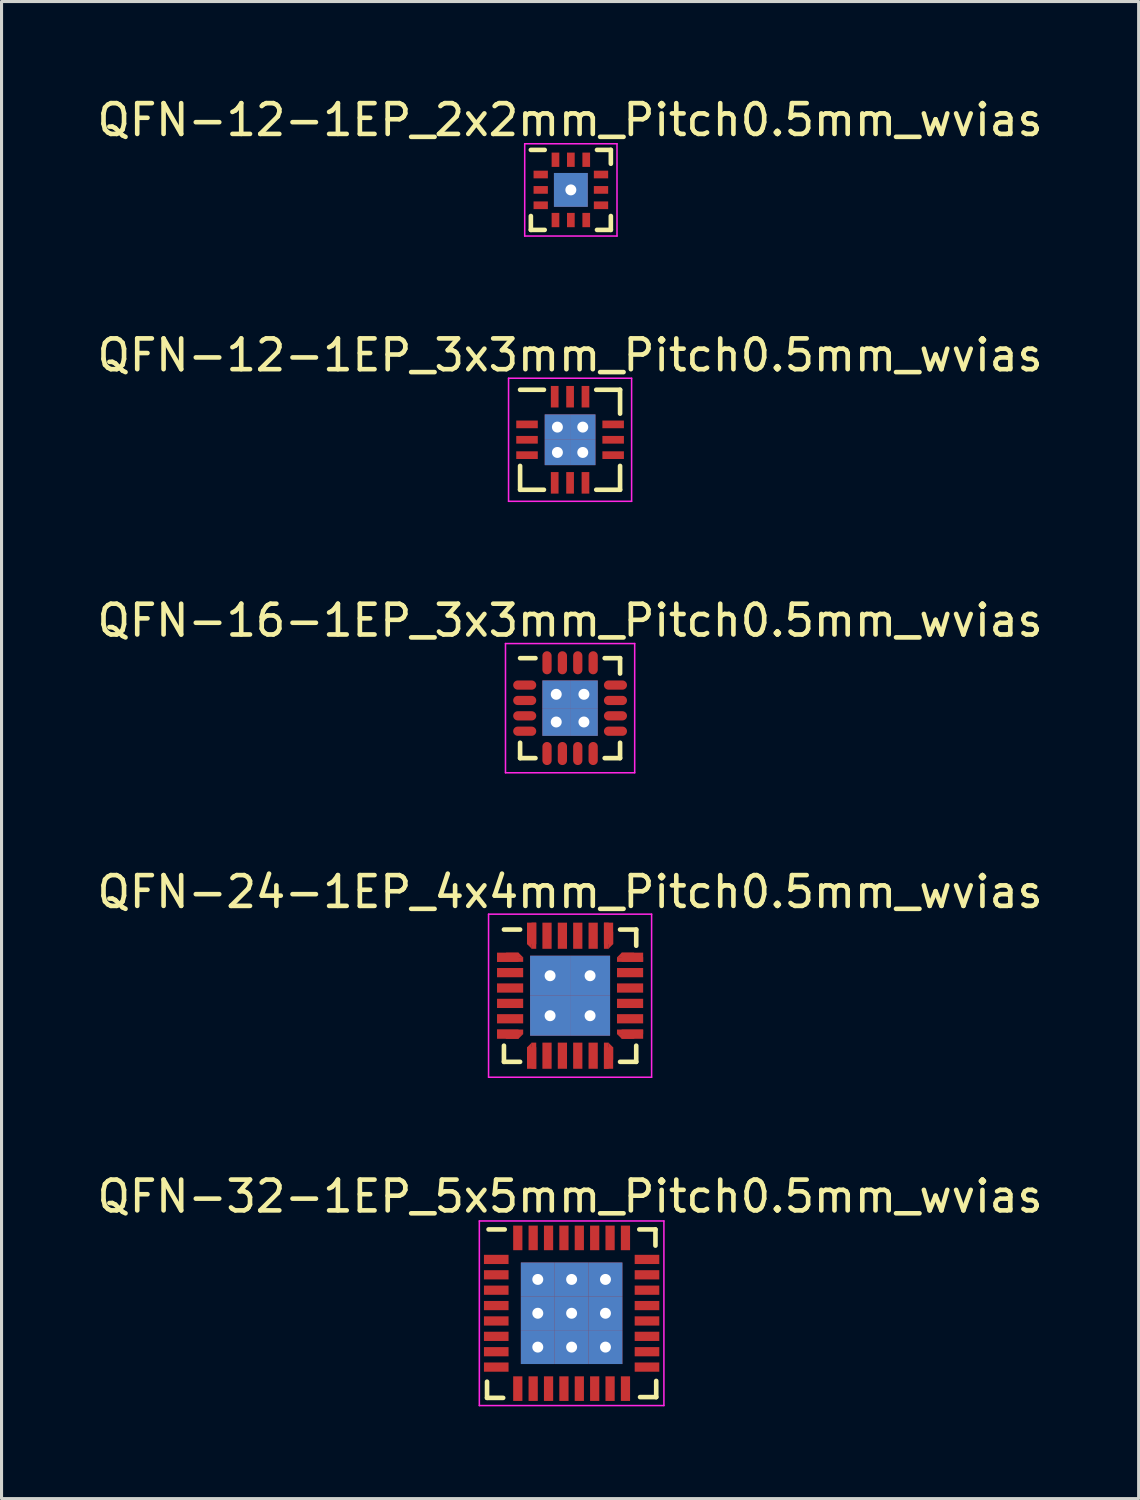
<source format=kicad_pcb>
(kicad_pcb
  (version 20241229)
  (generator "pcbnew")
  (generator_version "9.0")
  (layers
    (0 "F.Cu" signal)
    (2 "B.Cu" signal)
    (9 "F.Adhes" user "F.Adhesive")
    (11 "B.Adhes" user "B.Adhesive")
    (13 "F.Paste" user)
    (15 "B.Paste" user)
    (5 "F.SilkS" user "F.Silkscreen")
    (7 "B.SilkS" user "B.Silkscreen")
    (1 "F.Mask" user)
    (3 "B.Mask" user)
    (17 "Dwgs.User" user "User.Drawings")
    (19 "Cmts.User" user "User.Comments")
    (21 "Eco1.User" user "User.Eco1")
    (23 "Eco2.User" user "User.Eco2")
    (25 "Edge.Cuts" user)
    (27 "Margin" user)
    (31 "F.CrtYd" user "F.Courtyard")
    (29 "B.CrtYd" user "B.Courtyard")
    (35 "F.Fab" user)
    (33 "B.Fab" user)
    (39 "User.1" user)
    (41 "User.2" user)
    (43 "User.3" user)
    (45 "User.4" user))
  (footprint "QFN-16-1EP_3x3mm_Pitch0.5mm_wvias"
    (layer "F.Cu")
    (at 15.482 19.97)
    (property "Reference" "QFN-16-1EP_3x3mm_Pitch0.5mm_wvias" (at 0 -2.85 0) (layer "F.SilkS") (effects (font (size 1 1) (thickness 0.15))))
    (attr smd)
    (fp_line (start -1.625 -1.625) (end -1.125 -1.625) (stroke (width 0.15) (type solid)) (layer "F.SilkS"))
    (fp_line (start -1.625 1.625) (end -1.625 1.125) (stroke (width 0.15) (type solid)) (layer "F.SilkS"))
    (fp_line (start -1.625 1.625) (end -1.125 1.625) (stroke (width 0.15) (type solid)) (layer "F.SilkS"))
    (fp_line (start 1.625 -1.625) (end 1.125 -1.625) (stroke (width 0.15) (type solid)) (layer "F.SilkS"))
    (fp_line (start 1.625 -1.625) (end 1.625 -1.125) (stroke (width 0.15) (type solid)) (layer "F.SilkS"))
    (fp_line (start 1.625 1.625) (end 1.125 1.625) (stroke (width 0.15) (type solid)) (layer "F.SilkS"))
    (fp_line (start 1.625 1.625) (end 1.625 1.125) (stroke (width 0.15) (type solid)) (layer "F.SilkS"))
    (fp_line (start -2.1 -2.1) (end -2.1 2.1) (stroke (width 0.05) (type solid)) (layer "F.CrtYd"))
    (fp_line (start -2.1 -2.1) (end 2.1 -2.1) (stroke (width 0.05) (type solid)) (layer "F.CrtYd"))
    (fp_line (start -2.1 2.1) (end 2.1 2.1) (stroke (width 0.05) (type solid)) (layer "F.CrtYd"))
    (fp_line (start 2.1 -2.1) (end 2.1 2.1) (stroke (width 0.05) (type solid)) (layer "F.CrtYd"))
    (pad "1" smd oval (at -1.475 -0.75) (size 0.75 0.3) (layers "F.Cu" "F.Mask" "F.Paste"))
    (pad "2" smd oval (at -1.475 -0.25) (size 0.75 0.3) (layers "F.Cu" "F.Mask" "F.Paste"))
    (pad "3" smd oval (at -1.475 0.25) (size 0.75 0.3) (layers "F.Cu" "F.Mask" "F.Paste"))
    (pad "4" smd oval (at -1.475 0.75) (size 0.75 0.3) (layers "F.Cu" "F.Mask" "F.Paste"))
    (pad "5" smd oval (at -0.75 1.475 90) (size 0.75 0.3) (layers "F.Cu" "F.Mask" "F.Paste"))
    (pad "6" smd oval (at -0.25 1.475 90) (size 0.75 0.3) (layers "F.Cu" "F.Mask" "F.Paste"))
    (pad "7" smd oval (at 0.25 1.475 90) (size 0.75 0.3) (layers "F.Cu" "F.Mask" "F.Paste"))
    (pad "8" smd oval (at 0.75 1.475 90) (size 0.75 0.3) (layers "F.Cu" "F.Mask" "F.Paste"))
    (pad "9" smd oval (at 1.475 0.75) (size 0.75 0.3) (layers "F.Cu" "F.Mask" "F.Paste"))
    (pad "10" smd oval (at 1.475 0.25) (size 0.75 0.3) (layers "F.Cu" "F.Mask" "F.Paste"))
    (pad "11" smd oval (at 1.475 -0.25) (size 0.75 0.3) (layers "F.Cu" "F.Mask" "F.Paste"))
    (pad "12" smd oval (at 1.475 -0.75) (size 0.75 0.3) (layers "F.Cu" "F.Mask" "F.Paste"))
    (pad "13" smd oval (at 0.75 -1.475 90) (size 0.75 0.3) (layers "F.Cu" "F.Mask" "F.Paste"))
    (pad "14" smd oval (at 0.25 -1.475 90) (size 0.75 0.3) (layers "F.Cu" "F.Mask" "F.Paste"))
    (pad "15" smd oval (at -0.25 -1.475 90) (size 0.75 0.3) (layers "F.Cu" "F.Mask" "F.Paste"))
    (pad "16" smd oval (at -0.75 -1.475 90) (size 0.75 0.3) (layers "F.Cu" "F.Mask" "F.Paste"))
    (pad "17" thru_hole rect (at -0.45 -0.45) (size 0.9 0.9) (drill 0.356) (layers "*.Cu" "*.Mask" "F.Paste"))
    (pad "17" thru_hole rect (at -0.45 0.45) (size 0.9 0.9) (drill 0.356) (layers "*.Cu" "*.Mask" "F.Paste"))
    (pad "17" thru_hole rect (at 0.45 -0.45) (size 0.9 0.9) (drill 0.356) (layers "*.Cu" "*.Mask" "F.Paste"))
    (pad "17" thru_hole rect (at 0.45 0.45) (size 0.9 0.9) (drill 0.356) (layers "*.Cu" "*.Mask" "F.Paste")))
  (footprint "QFN-12-1EP_3x3mm_Pitch0.5mm_wvias"
    (layer "F.Cu")
    (at 15.482 11.246)
    (property "Reference" "QFN-12-1EP_3x3mm_Pitch0.5mm_wvias" (at 0 -2.75 0) (layer "F.SilkS") (effects (font (size 1 1) (thickness 0.15))))
    (attr smd)
    (fp_line (start -1.625 -1.625) (end -0.85 -1.625) (stroke (width 0.15) (type solid)) (layer "F.SilkS"))
    (fp_line (start -1.625 1.625) (end -1.625 0.85) (stroke (width 0.15) (type solid)) (layer "F.SilkS"))
    (fp_line (start -1.625 1.625) (end -0.85 1.625) (stroke (width 0.15) (type solid)) (layer "F.SilkS"))
    (fp_line (start 1.625 -1.625) (end 0.85 -1.625) (stroke (width 0.15) (type solid)) (layer "F.SilkS"))
    (fp_line (start 1.625 -1.625) (end 1.625 -0.85) (stroke (width 0.15) (type solid)) (layer "F.SilkS"))
    (fp_line (start 1.625 1.625) (end 0.85 1.625) (stroke (width 0.15) (type solid)) (layer "F.SilkS"))
    (fp_line (start 1.625 1.625) (end 1.625 0.85) (stroke (width 0.15) (type solid)) (layer "F.SilkS"))
    (fp_line (start -2 -2) (end -2 2) (stroke (width 0.05) (type solid)) (layer "F.CrtYd"))
    (fp_line (start -2 -2) (end 2 -2) (stroke (width 0.05) (type solid)) (layer "F.CrtYd"))
    (fp_line (start -2 2) (end 2 2) (stroke (width 0.05) (type solid)) (layer "F.CrtYd"))
    (fp_line (start 2 -2) (end 2 2) (stroke (width 0.05) (type solid)) (layer "F.CrtYd"))
    (pad "1" smd rect (at -1.4 -0.5) (size 0.7 0.25) (layers "F.Cu" "F.Mask" "F.Paste"))
    (pad "2" smd rect (at -1.4 0) (size 0.7 0.25) (layers "F.Cu" "F.Mask" "F.Paste"))
    (pad "3" smd rect (at -1.4 0.5) (size 0.7 0.25) (layers "F.Cu" "F.Mask" "F.Paste"))
    (pad "4" smd rect (at -0.5 1.4 90) (size 0.7 0.25) (layers "F.Cu" "F.Mask" "F.Paste"))
    (pad "5" smd rect (at 0 1.4 90) (size 0.7 0.25) (layers "F.Cu" "F.Mask" "F.Paste"))
    (pad "6" smd rect (at 0.5 1.4 90) (size 0.7 0.25) (layers "F.Cu" "F.Mask" "F.Paste"))
    (pad "7" smd rect (at 1.4 0.5) (size 0.7 0.25) (layers "F.Cu" "F.Mask" "F.Paste"))
    (pad "8" smd rect (at 1.4 0) (size 0.7 0.25) (layers "F.Cu" "F.Mask" "F.Paste"))
    (pad "9" smd rect (at 1.4 -0.5) (size 0.7 0.25) (layers "F.Cu" "F.Mask" "F.Paste"))
    (pad "10" smd rect (at 0.5 -1.4 90) (size 0.7 0.25) (layers "F.Cu" "F.Mask" "F.Paste"))
    (pad "11" smd rect (at 0 -1.4 90) (size 0.7 0.25) (layers "F.Cu" "F.Mask" "F.Paste"))
    (pad "12" smd rect (at -0.5 -1.4 90) (size 0.7 0.25) (layers "F.Cu" "F.Mask" "F.Paste"))
    (pad "13" thru_hole rect (at -0.412 -0.412) (size 0.825 0.825) (drill 0.356) (layers "*.Cu" "*.Mask" "F.Paste"))
    (pad "13" thru_hole rect (at -0.412 0.412) (size 0.825 0.825) (drill 0.356) (layers "*.Cu" "*.Mask" "F.Paste"))
    (pad "13" thru_hole rect (at 0.412 -0.412) (size 0.825 0.825) (drill 0.356) (layers "*.Cu" "*.Mask" "F.Paste"))
    (pad "13" thru_hole rect (at 0.412 0.412) (size 0.825 0.825) (drill 0.356) (layers "*.Cu" "*.Mask" "F.Paste")))
  (footprint "QFN-12-1EP_2x2mm_Pitch0.5mm_wvias"
    (layer "F.Cu")
    (at 15.507 3.123)
    (property "Reference" "QFN-12-1EP_2x2mm_Pitch0.5mm_wvias" (at -0.025 -2.275 0) (layer "F.SilkS") (effects (font (size 1 1) (thickness 0.15))))
    (attr smd)
    (fp_line (start -1.3 -1.3) (end -0.85 -1.3) (stroke (width 0.15) (type solid)) (layer "F.SilkS"))
    (fp_line (start -1.3 1.3) (end -1.3 0.85) (stroke (width 0.15) (type solid)) (layer "F.SilkS"))
    (fp_line (start -1.3 1.3) (end -0.85 1.3) (stroke (width 0.15) (type solid)) (layer "F.SilkS"))
    (fp_line (start 1.3 -1.3) (end 0.85 -1.3) (stroke (width 0.15) (type solid)) (layer "F.SilkS"))
    (fp_line (start 1.3 -1.3) (end 1.3 -0.85) (stroke (width 0.15) (type solid)) (layer "F.SilkS"))
    (fp_line (start 1.3 1.3) (end 0.85 1.3) (stroke (width 0.15) (type solid)) (layer "F.SilkS"))
    (fp_line (start 1.3 1.3) (end 1.3 0.85) (stroke (width 0.15) (type solid)) (layer "F.SilkS"))
    (fp_line (start -1.5 -1.5) (end -1.5 1.5) (stroke (width 0.05) (type solid)) (layer "F.CrtYd"))
    (fp_line (start -1.5 -1.5) (end 1.5 -1.5) (stroke (width 0.05) (type solid)) (layer "F.CrtYd"))
    (fp_line (start -1.5 1.5) (end 1.5 1.5) (stroke (width 0.05) (type solid)) (layer "F.CrtYd"))
    (fp_line (start 1.5 -1.5) (end 1.5 1.5) (stroke (width 0.05) (type solid)) (layer "F.CrtYd"))
    (pad "1" smd rect (at -0.98 -0.5) (size 0.465 0.25) (layers "F.Cu" "F.Mask" "F.Paste"))
    (pad "2" smd rect (at -0.98 0) (size 0.465 0.25) (layers "F.Cu" "F.Mask" "F.Paste"))
    (pad "3" smd rect (at -0.98 0.5) (size 0.465 0.25) (layers "F.Cu" "F.Mask" "F.Paste"))
    (pad "4" smd rect (at -0.5 0.98 90) (size 0.465 0.25) (layers "F.Cu" "F.Mask" "F.Paste"))
    (pad "5" smd rect (at 0 0.98 90) (size 0.465 0.25) (layers "F.Cu" "F.Mask" "F.Paste"))
    (pad "6" smd rect (at 0.5 0.98 90) (size 0.465 0.25) (layers "F.Cu" "F.Mask" "F.Paste"))
    (pad "7" smd rect (at 0.98 0.5) (size 0.465 0.25) (layers "F.Cu" "F.Mask" "F.Paste"))
    (pad "8" smd rect (at 0.98 0) (size 0.465 0.25) (layers "F.Cu" "F.Mask" "F.Paste"))
    (pad "9" smd rect (at 0.98 -0.5) (size 0.465 0.25) (layers "F.Cu" "F.Mask" "F.Paste"))
    (pad "10" smd rect (at 0.5 -0.98 90) (size 0.465 0.25) (layers "F.Cu" "F.Mask" "F.Paste"))
    (pad "11" smd rect (at 0 -0.98 90) (size 0.465 0.25) (layers "F.Cu" "F.Mask" "F.Paste"))
    (pad "12" smd rect (at -0.5 -0.98 90) (size 0.465 0.25) (layers "F.Cu" "F.Mask" "F.Paste"))
    (pad "13" thru_hole rect (at 0 0) (size 1.1 1.1) (drill 0.356) (layers "*.Cu" "*.Mask" "F.Paste")))
  (footprint "QFN-24-1EP_4x4mm_Pitch0.5mm_wvias"
    (layer "F.Cu")
    (at 15.482 29.318)
    (property "Reference" "QFN-24-1EP_4x4mm_Pitch0.5mm_wvias" (at 0 -3.375 0) (layer "F.SilkS") (effects (font (size 1 1) (thickness 0.15))))
    (attr smd)
    (fp_line (start -2.15 -2.15) (end -1.625 -2.15) (stroke (width 0.15) (type solid)) (layer "F.SilkS"))
    (fp_line (start -2.15 2.15) (end -2.15 1.625) (stroke (width 0.15) (type solid)) (layer "F.SilkS"))
    (fp_line (start -2.15 2.15) (end -1.625 2.15) (stroke (width 0.15) (type solid)) (layer "F.SilkS"))
    (fp_line (start 2.15 -2.15) (end 1.625 -2.15) (stroke (width 0.15) (type solid)) (layer "F.SilkS"))
    (fp_line (start 2.15 -2.15) (end 2.15 -1.625) (stroke (width 0.15) (type solid)) (layer "F.SilkS"))
    (fp_line (start 2.15 2.15) (end 1.625 2.15) (stroke (width 0.15) (type solid)) (layer "F.SilkS"))
    (fp_line (start 2.15 2.15) (end 2.15 1.625) (stroke (width 0.15) (type solid)) (layer "F.SilkS"))
    (fp_line (start -2.65 -2.65) (end -2.65 2.65) (stroke (width 0.05) (type solid)) (layer "F.CrtYd"))
    (fp_line (start -2.65 -2.65) (end 2.65 -2.65) (stroke (width 0.05) (type solid)) (layer "F.CrtYd"))
    (fp_line (start -2.65 2.65) (end 2.65 2.65) (stroke (width 0.05) (type solid)) (layer "F.CrtYd"))
    (fp_line (start 2.65 -2.65) (end 2.65 2.65) (stroke (width 0.05) (type solid)) (layer "F.CrtYd"))
    (pad "1" smd rect (at -2.025 -1.25) (size 0.7 0.3) (layers "F.Cu" "F.Mask" "F.Paste"))
    (pad "1" smd rect (at -1.95 -1.177) (size 0.85 0.154) (layers "F.Cu" "F.Mask" "F.Paste"))
    (pad "1" smd trapezoid (at -1.877 -1.323) (size 0.55 0.154) (rect_delta 0 0.154) (layers "F.Cu" "F.Mask" "F.Paste"))
    (pad "2" smd rect (at -1.95 -0.75) (size 0.85 0.3) (layers "F.Cu" "F.Mask" "F.Paste"))
    (pad "3" smd rect (at -1.95 -0.25) (size 0.85 0.3) (layers "F.Cu" "F.Mask" "F.Paste"))
    (pad "4" smd rect (at -1.95 0.25) (size 0.85 0.3) (layers "F.Cu" "F.Mask" "F.Paste"))
    (pad "5" smd rect (at -1.95 0.75) (size 0.85 0.3) (layers "F.Cu" "F.Mask" "F.Paste"))
    (pad "6" smd rect (at -2.025 1.25) (size 0.7 0.3) (layers "F.Cu" "F.Mask" "F.Paste"))
    (pad "6" smd rect (at -1.95 1.177) (size 0.85 0.154) (layers "F.Cu" "F.Mask" "F.Paste"))
    (pad "6" smd trapezoid (at -1.877 1.323 180) (size 0.55 0.154) (rect_delta 0 0.154) (layers "F.Cu" "F.Mask" "F.Paste"))
    (pad "7" smd trapezoid (at -1.323 1.877 90) (size 0.55 0.154) (rect_delta 0 0.154) (layers "F.Cu" "F.Mask" "F.Paste"))
    (pad "7" smd rect (at -1.25 2.025 90) (size 0.7 0.3) (layers "F.Cu" "F.Mask" "F.Paste"))
    (pad "7" smd rect (at -1.177 1.95 90) (size 0.85 0.154) (layers "F.Cu" "F.Mask" "F.Paste"))
    (pad "8" smd rect (at -0.75 1.95 90) (size 0.85 0.3) (layers "F.Cu" "F.Mask" "F.Paste"))
    (pad "9" smd rect (at -0.25 1.95 90) (size 0.85 0.3) (layers "F.Cu" "F.Mask" "F.Paste"))
    (pad "10" smd rect (at 0.25 1.95 90) (size 0.85 0.3) (layers "F.Cu" "F.Mask" "F.Paste"))
    (pad "11" smd rect (at 0.75 1.95 90) (size 0.85 0.3) (layers "F.Cu" "F.Mask" "F.Paste"))
    (pad "12" smd rect (at 1.177 1.95 90) (size 0.85 0.154) (layers "F.Cu" "F.Mask" "F.Paste"))
    (pad "12" smd rect (at 1.25 2.025 90) (size 0.7 0.3) (layers "F.Cu" "F.Mask" "F.Paste"))
    (pad "12" smd trapezoid (at 1.323 1.877 270) (size 0.55 0.154) (rect_delta 0 0.154) (layers "F.Cu" "F.Mask" "F.Paste"))
    (pad "13" smd trapezoid (at 1.877 1.323 180) (size 0.55 0.154) (rect_delta 0 0.154) (layers "F.Cu" "F.Mask" "F.Paste"))
    (pad "13" smd rect (at 1.95 1.177) (size 0.85 0.154) (layers "F.Cu" "F.Mask" "F.Paste"))
    (pad "13" smd rect (at 2.025 1.25) (size 0.7 0.3) (layers "F.Cu" "F.Mask" "F.Paste"))
    (pad "14" smd rect (at 1.95 0.75) (size 0.85 0.3) (layers "F.Cu" "F.Mask" "F.Paste"))
    (pad "15" smd rect (at 1.95 0.25) (size 0.85 0.3) (layers "F.Cu" "F.Mask" "F.Paste"))
    (pad "16" smd rect (at 1.95 -0.25) (size 0.85 0.3) (layers "F.Cu" "F.Mask" "F.Paste"))
    (pad "17" smd rect (at 1.95 -0.75) (size 0.85 0.3) (layers "F.Cu" "F.Mask" "F.Paste"))
    (pad "18" smd trapezoid (at 1.877 -1.323) (size 0.55 0.154) (rect_delta 0 0.154) (layers "F.Cu" "F.Mask" "F.Paste"))
    (pad "18" smd rect (at 1.95 -1.177) (size 0.85 0.154) (layers "F.Cu" "F.Mask" "F.Paste"))
    (pad "18" smd rect (at 2.025 -1.25) (size 0.7 0.3) (layers "F.Cu" "F.Mask" "F.Paste"))
    (pad "19" smd rect (at 1.177 -1.95 90) (size 0.85 0.154) (layers "F.Cu" "F.Mask" "F.Paste"))
    (pad "19" smd rect (at 1.25 -2.025 90) (size 0.7 0.3) (layers "F.Cu" "F.Mask" "F.Paste"))
    (pad "19" smd trapezoid (at 1.323 -1.877 270) (size 0.55 0.154) (rect_delta 0 0.154) (layers "F.Cu" "F.Mask" "F.Paste"))
    (pad "20" smd rect (at 0.75 -1.95 90) (size 0.85 0.3) (layers "F.Cu" "F.Mask" "F.Paste"))
    (pad "21" smd rect (at 0.25 -1.95 90) (size 0.85 0.3) (layers "F.Cu" "F.Mask" "F.Paste"))
    (pad "22" smd rect (at -0.25 -1.95 90) (size 0.85 0.3) (layers "F.Cu" "F.Mask" "F.Paste"))
    (pad "23" smd rect (at -0.75 -1.95 90) (size 0.85 0.3) (layers "F.Cu" "F.Mask" "F.Paste"))
    (pad "24" smd trapezoid (at -1.323 -1.877 90) (size 0.55 0.154) (rect_delta 0 0.154) (layers "F.Cu" "F.Mask" "F.Paste"))
    (pad "24" smd rect (at -1.25 -2.025 90) (size 0.7 0.3) (layers "F.Cu" "F.Mask" "F.Paste"))
    (pad "24" smd rect (at -1.177 -1.95 90) (size 0.85 0.154) (layers "F.Cu" "F.Mask" "F.Paste"))
    (pad "25" thru_hole rect (at -0.65 -0.65) (size 1.3 1.3) (drill 0.356) (layers "*.Cu" "*.Mask" "F.Paste"))
    (pad "25" thru_hole rect (at -0.65 0.65) (size 1.3 1.3) (drill 0.356) (layers "*.Cu" "*.Mask" "F.Paste"))
    (pad "25" thru_hole rect (at 0.65 -0.65) (size 1.3 1.3) (drill 0.356) (layers "*.Cu" "*.Mask" "F.Paste"))
    (pad "25" thru_hole rect (at 0.65 0.65) (size 1.3 1.3) (drill 0.356) (layers "*.Cu" "*.Mask" "F.Paste")))
  (footprint "QFN-32-1EP_5x5mm_Pitch0.5mm_wvias"
    (layer "F.Cu")
    (at 15.532 39.641)
    (property "Reference" "QFN-32-1EP_5x5mm_Pitch0.5mm_wvias" (at -0.05 -3.8 0) (layer "F.SilkS") (effects (font (size 1 1) (thickness 0.15))))
    (attr smd)
    (fp_line (start -2.75 2.75) (end -2.75 2.225) (stroke (width 0.15) (type solid)) (layer "F.SilkS"))
    (fp_line (start -2.75 2.75) (end -2.225 2.75) (stroke (width 0.15) (type solid)) (layer "F.SilkS"))
    (fp_line (start -2.7 -2.725) (end -2.175 -2.725) (stroke (width 0.15) (type solid)) (layer "F.SilkS"))
    (fp_line (start 2.725 -2.725) (end 2.2 -2.725) (stroke (width 0.15) (type solid)) (layer "F.SilkS"))
    (fp_line (start 2.725 -2.725) (end 2.725 -2.2) (stroke (width 0.15) (type solid)) (layer "F.SilkS"))
    (fp_line (start 2.75 2.725) (end 2.225 2.725) (stroke (width 0.15) (type solid)) (layer "F.SilkS"))
    (fp_line (start 2.75 2.725) (end 2.75 2.2) (stroke (width 0.15) (type solid)) (layer "F.SilkS"))
    (fp_line (start -3 -3) (end -3 3) (stroke (width 0.05) (type solid)) (layer "F.CrtYd"))
    (fp_line (start -3 -3) (end 3 -3) (stroke (width 0.05) (type solid)) (layer "F.CrtYd"))
    (fp_line (start -3 3) (end 3 3) (stroke (width 0.05) (type solid)) (layer "F.CrtYd"))
    (fp_line (start 3 -3) (end 3 3) (stroke (width 0.05) (type solid)) (layer "F.CrtYd"))
    (pad "1" smd rect (at -2.45 -1.75) (size 0.8 0.3) (layers "F.Cu" "F.Mask" "F.Paste"))
    (pad "2" smd rect (at -2.45 -1.25) (size 0.8 0.3) (layers "F.Cu" "F.Mask" "F.Paste"))
    (pad "3" smd rect (at -2.45 -0.75) (size 0.8 0.3) (layers "F.Cu" "F.Mask" "F.Paste"))
    (pad "4" smd rect (at -2.45 -0.25) (size 0.8 0.3) (layers "F.Cu" "F.Mask" "F.Paste"))
    (pad "5" smd rect (at -2.45 0.25) (size 0.8 0.3) (layers "F.Cu" "F.Mask" "F.Paste"))
    (pad "6" smd rect (at -2.45 0.75) (size 0.8 0.3) (layers "F.Cu" "F.Mask" "F.Paste"))
    (pad "7" smd rect (at -2.45 1.25) (size 0.8 0.3) (layers "F.Cu" "F.Mask" "F.Paste"))
    (pad "8" smd rect (at -2.45 1.75) (size 0.8 0.3) (layers "F.Cu" "F.Mask" "F.Paste"))
    (pad "9" smd rect (at -1.75 2.45 90) (size 0.8 0.3) (layers "F.Cu" "F.Mask" "F.Paste"))
    (pad "10" smd rect (at -1.25 2.45 90) (size 0.8 0.3) (layers "F.Cu" "F.Mask" "F.Paste"))
    (pad "11" smd rect (at -0.75 2.45 90) (size 0.8 0.3) (layers "F.Cu" "F.Mask" "F.Paste"))
    (pad "12" smd rect (at -0.25 2.45 90) (size 0.8 0.3) (layers "F.Cu" "F.Mask" "F.Paste"))
    (pad "13" smd rect (at 0.25 2.45 90) (size 0.8 0.3) (layers "F.Cu" "F.Mask" "F.Paste"))
    (pad "14" smd rect (at 0.75 2.45 90) (size 0.8 0.3) (layers "F.Cu" "F.Mask" "F.Paste"))
    (pad "15" smd rect (at 1.25 2.45 90) (size 0.8 0.3) (layers "F.Cu" "F.Mask" "F.Paste"))
    (pad "16" smd rect (at 1.75 2.45 90) (size 0.8 0.3) (layers "F.Cu" "F.Mask" "F.Paste"))
    (pad "17" smd rect (at 2.45 1.75) (size 0.8 0.3) (layers "F.Cu" "F.Mask" "F.Paste"))
    (pad "18" smd rect (at 2.45 1.25) (size 0.8 0.3) (layers "F.Cu" "F.Mask" "F.Paste"))
    (pad "19" smd rect (at 2.45 0.75) (size 0.8 0.3) (layers "F.Cu" "F.Mask" "F.Paste"))
    (pad "20" smd rect (at 2.45 0.25) (size 0.8 0.3) (layers "F.Cu" "F.Mask" "F.Paste"))
    (pad "21" smd rect (at 2.45 -0.25) (size 0.8 0.3) (layers "F.Cu" "F.Mask" "F.Paste"))
    (pad "22" smd rect (at 2.45 -0.75) (size 0.8 0.3) (layers "F.Cu" "F.Mask" "F.Paste"))
    (pad "23" smd rect (at 2.45 -1.25) (size 0.8 0.3) (layers "F.Cu" "F.Mask" "F.Paste"))
    (pad "24" smd rect (at 2.45 -1.75) (size 0.8 0.3) (layers "F.Cu" "F.Mask" "F.Paste"))
    (pad "25" smd rect (at 1.75 -2.45 90) (size 0.8 0.3) (layers "F.Cu" "F.Mask" "F.Paste"))
    (pad "26" smd rect (at 1.25 -2.45 90) (size 0.8 0.3) (layers "F.Cu" "F.Mask" "F.Paste"))
    (pad "27" smd rect (at 0.75 -2.45 90) (size 0.8 0.3) (layers "F.Cu" "F.Mask" "F.Paste"))
    (pad "28" smd rect (at 0.25 -2.45 90) (size 0.8 0.3) (layers "F.Cu" "F.Mask" "F.Paste"))
    (pad "29" smd rect (at -0.25 -2.45 90) (size 0.8 0.3) (layers "F.Cu" "F.Mask" "F.Paste"))
    (pad "30" smd rect (at -0.75 -2.45 90) (size 0.8 0.3) (layers "F.Cu" "F.Mask" "F.Paste"))
    (pad "31" smd rect (at -1.25 -2.45 90) (size 0.8 0.3) (layers "F.Cu" "F.Mask" "F.Paste"))
    (pad "32" smd rect (at -1.75 -2.45 90) (size 0.8 0.3) (layers "F.Cu" "F.Mask" "F.Paste"))
    (pad "33" thru_hole rect (at -1.1 -1.1) (size 1.1 1.1) (drill 0.356) (layers "*.Cu" "*.Mask" "F.Paste"))
    (pad "33" thru_hole rect (at -1.1 0) (size 1.1 1.1) (drill 0.356) (layers "*.Cu" "*.Mask" "F.Paste"))
    (pad "33" thru_hole rect (at -1.1 1.1) (size 1.1 1.1) (drill 0.356) (layers "*.Cu" "*.Mask" "F.Paste"))
    (pad "33" thru_hole rect (at 0 -1.1) (size 1.1 1.1) (drill 0.356) (layers "*.Cu" "*.Mask" "F.Paste"))
    (pad "33" thru_hole rect (at 0 0) (size 1.1 1.1) (drill 0.356) (layers "*.Cu" "*.Mask" "F.Paste"))
    (pad "33" thru_hole rect (at 0 1.1) (size 1.1 1.1) (drill 0.356) (layers "*.Cu" "*.Mask" "F.Paste"))
    (pad "33" thru_hole rect (at 1.1 -1.1) (size 1.1 1.1) (drill 0.356) (layers "*.Cu" "*.Mask" "F.Paste"))
    (pad "33" thru_hole rect (at 1.1 0) (size 1.1 1.1) (drill 0.356) (layers "*.Cu" "*.Mask" "F.Paste"))
    (pad "33" thru_hole rect (at 1.1 1.1) (size 1.1 1.1) (drill 0.356) (layers "*.Cu" "*.Mask" "F.Paste")))
  (gr_rect
    (start -3 -3)
    (end 33.964 45.666)
    (stroke (width 0.1) (type default))
    (fill no)
    (layer "Edge.Cuts")))
</source>
